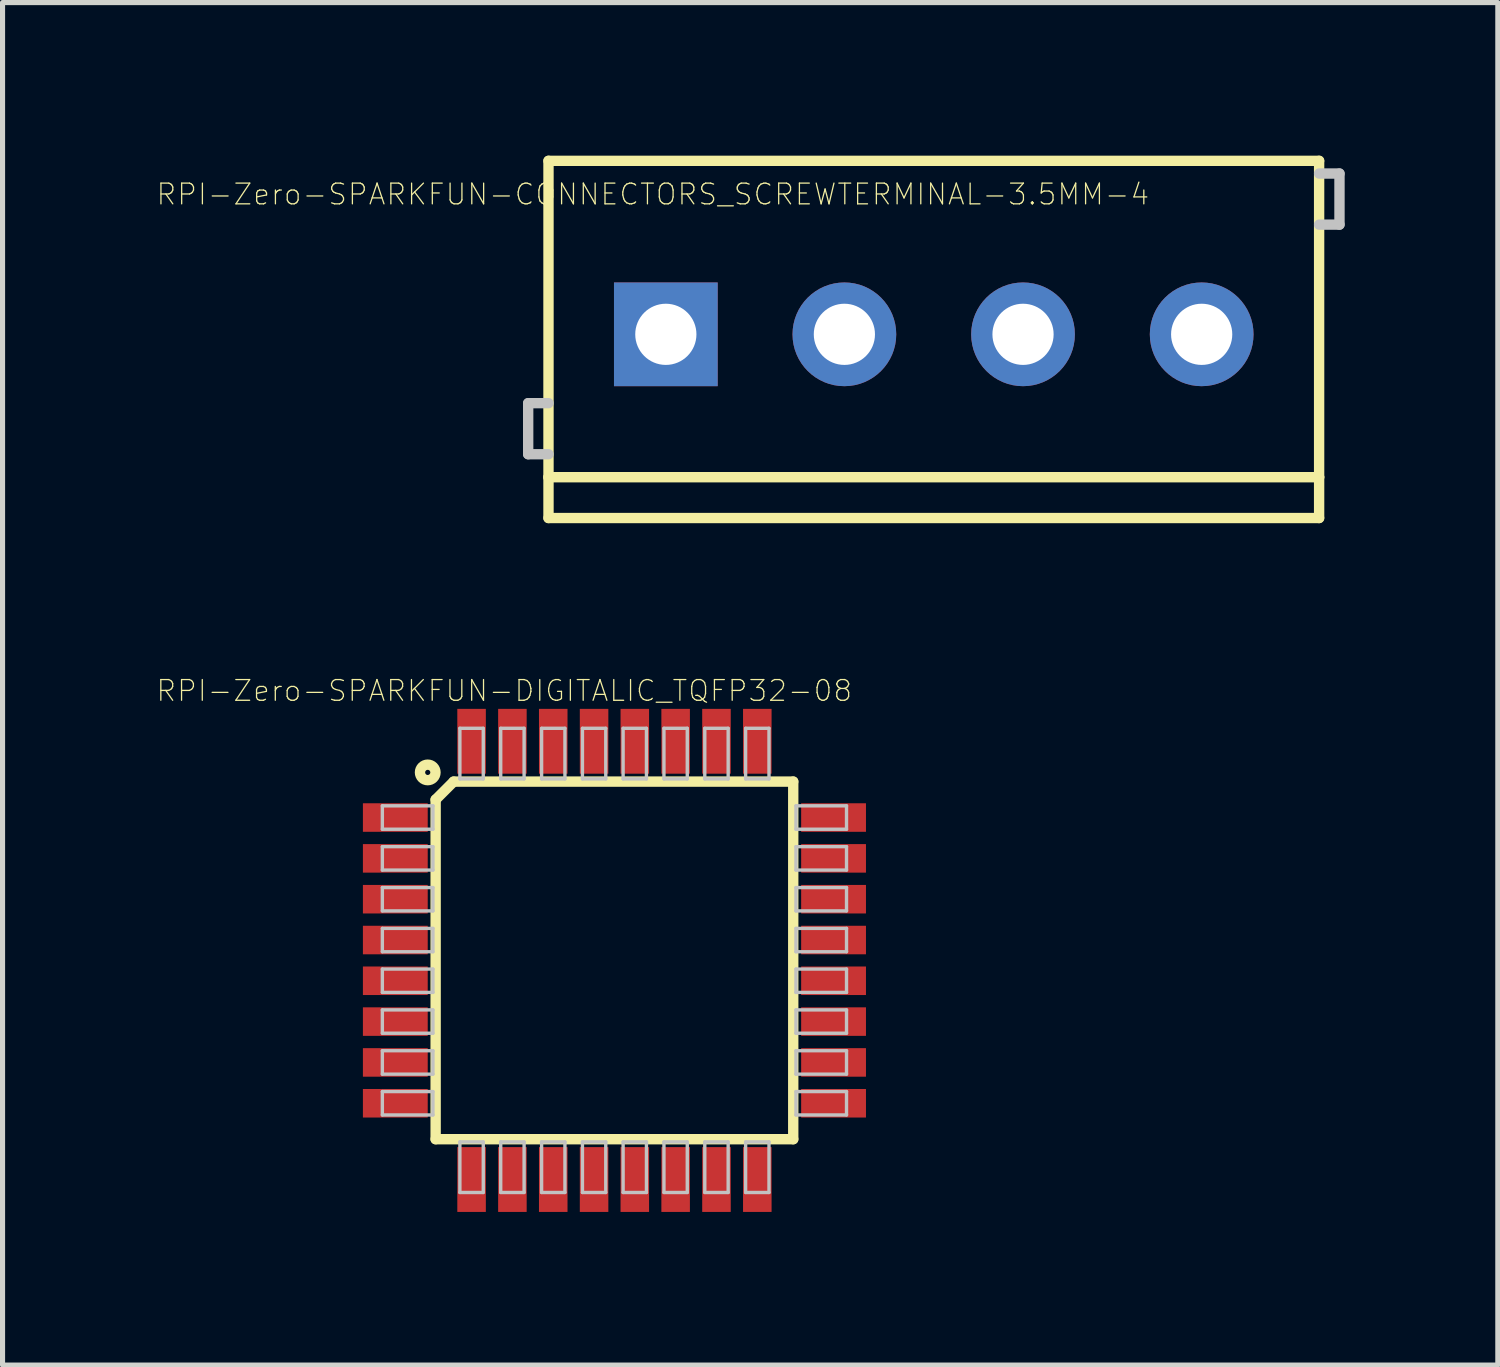
<source format=kicad_pcb>
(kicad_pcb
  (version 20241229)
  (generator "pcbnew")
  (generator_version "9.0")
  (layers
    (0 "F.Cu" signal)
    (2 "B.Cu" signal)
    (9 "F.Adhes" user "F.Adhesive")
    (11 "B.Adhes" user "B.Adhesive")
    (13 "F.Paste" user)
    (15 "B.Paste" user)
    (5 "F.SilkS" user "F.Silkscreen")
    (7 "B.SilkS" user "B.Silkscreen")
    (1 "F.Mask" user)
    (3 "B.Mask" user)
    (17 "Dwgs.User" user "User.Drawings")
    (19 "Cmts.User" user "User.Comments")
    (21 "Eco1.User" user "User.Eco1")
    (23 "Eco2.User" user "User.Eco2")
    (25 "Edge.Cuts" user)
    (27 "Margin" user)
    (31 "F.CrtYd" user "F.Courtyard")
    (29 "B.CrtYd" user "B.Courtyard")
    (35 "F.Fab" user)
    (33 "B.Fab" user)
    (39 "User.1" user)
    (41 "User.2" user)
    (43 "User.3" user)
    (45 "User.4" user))
  (footprint "RPI-Zero-SPARKFUN-CONNECTORS_SCREWTERMINAL-3.5MM-4"
    (layer "F.Cu")
    (at 9.995 3.5)
    (property "Reference" "RPI-Zero-SPARKFUN-CONNECTORS_SCREWTERMINAL-3.5MM-4" (at -0.254 -2.743 0) (layer "F.SilkS") (effects (font (size 0.406 0.406) (thickness 0.025))))
    (attr exclude_from_pos_files exclude_from_bom)
    (fp_line (start -2.299 -3.399) (end 12.799 -3.399) (stroke (width 0.203) (type solid)) (layer "F.SilkS"))
    (fp_line (start -2.299 2.799) (end -2.299 -3.399) (stroke (width 0.203) (type solid)) (layer "F.SilkS"))
    (fp_line (start -2.299 3.599) (end -2.299 2.799) (stroke (width 0.203) (type solid)) (layer "F.SilkS"))
    (fp_line (start 12.799 -3.399) (end 12.799 2.799) (stroke (width 0.203) (type solid)) (layer "F.SilkS"))
    (fp_line (start 12.799 2.799) (end -2.299 2.799) (stroke (width 0.203) (type solid)) (layer "F.SilkS"))
    (fp_line (start 12.799 2.799) (end 12.799 3.599) (stroke (width 0.203) (type solid)) (layer "F.SilkS"))
    (fp_line (start 12.799 3.599) (end -2.299 3.599) (stroke (width 0.203) (type solid)) (layer "F.SilkS"))
    (fp_line (start -2.697 1.349) (end -2.697 2.349) (stroke (width 0.203) (type solid)) (layer "Dwgs.User"))
    (fp_line (start -2.697 2.349) (end -2.299 2.349) (stroke (width 0.203) (type solid)) (layer "Dwgs.User"))
    (fp_line (start -2.299 1.349) (end -2.697 1.349) (stroke (width 0.203) (type solid)) (layer "Dwgs.User"))
    (fp_line (start 12.799 -3.15) (end 13.198 -3.15) (stroke (width 0.203) (type solid)) (layer "Dwgs.User"))
    (fp_line (start 13.198 -3.15) (end 13.198 -2.149) (stroke (width 0.203) (type solid)) (layer "Dwgs.User"))
    (fp_line (start 13.198 -2.149) (end 12.799 -2.149) (stroke (width 0.203) (type solid)) (layer "Dwgs.User"))
    (fp_circle (center 0 0) (end 0 -0.424) (stroke (width 0) (type solid)) (fill yes) (layer "Dwgs.User"))
    (fp_circle (center 3.498 0) (end 3.498 -0.424) (stroke (width 0) (type solid)) (fill yes) (layer "Dwgs.User"))
    (fp_circle (center 6.998 0) (end 6.998 -0.424) (stroke (width 0) (type solid)) (fill yes) (layer "Dwgs.User"))
    (fp_circle (center 10.498 0) (end 10.498 -0.424) (stroke (width 0) (type solid)) (fill yes) (layer "Dwgs.User"))
    (pad "1" thru_hole rect (at 0 0) (size 2.032 2.032) (drill 1.199) (layers "*.Cu" "*.Paste" "*.Mask"))
    (pad "2" thru_hole circle (at 3.498 0) (size 2.032 2.032) (drill 1.199) (layers "*.Cu" "*.Paste" "*.Mask"))
    (pad "3" thru_hole circle (at 6.998 0) (size 2.032 2.032) (drill 1.199) (layers "*.Cu" "*.Paste" "*.Mask"))
    (pad "4" thru_hole circle (at 10.498 0) (size 2.032 2.032) (drill 1.199) (layers "*.Cu" "*.Paste" "*.Mask")))
  (footprint "RPI-Zero-SPARKFUN-DIGITALIC_TQFP32-08"
    (layer "F.Cu")
    (at 8.988 15.766)
    (property "Reference" "RPI-Zero-SPARKFUN-DIGITALIC_TQFP32-08" (at -2.159 -5.283 0) (layer "F.SilkS") (effects (font (size 0.406 0.406) (thickness 0.025))))
    (attr smd)
    (fp_line (start -3.503 3.503) (end -3.503 -3.15) (stroke (width 0.203) (type solid)) (layer "F.SilkS"))
    (fp_line (start -3.15 -3.503) (end -3.503 -3.15) (stroke (width 0.203) (type solid)) (layer "F.SilkS"))
    (fp_line (start -3.15 -3.503) (end 3.503 -3.503) (stroke (width 0.203) (type solid)) (layer "F.SilkS"))
    (fp_line (start 3.503 -3.503) (end 3.503 3.503) (stroke (width 0.203) (type solid)) (layer "F.SilkS"))
    (fp_line (start 3.503 3.503) (end -3.503 3.503) (stroke (width 0.203) (type solid)) (layer "F.SilkS"))
    (fp_circle (center -3.658 -3.683) (end -3.658 -3.835) (stroke (width 0.203) (type solid)) (fill no) (layer "F.SilkS"))
    (fp_line (start -4.547 -3.028) (end -3.556 -3.028) (stroke (width 0.066) (type solid)) (layer "Dwgs.User"))
    (fp_line (start -4.547 -2.57) (end -4.547 -3.028) (stroke (width 0.066) (type solid)) (layer "Dwgs.User"))
    (fp_line (start -4.547 -2.57) (end -3.556 -2.57) (stroke (width 0.066) (type solid)) (layer "Dwgs.User"))
    (fp_line (start -4.547 -2.228) (end -3.556 -2.228) (stroke (width 0.066) (type solid)) (layer "Dwgs.User"))
    (fp_line (start -4.547 -1.77) (end -4.547 -2.228) (stroke (width 0.066) (type solid)) (layer "Dwgs.User"))
    (fp_line (start -4.547 -1.77) (end -3.556 -1.77) (stroke (width 0.066) (type solid)) (layer "Dwgs.User"))
    (fp_line (start -4.547 -1.427) (end -3.556 -1.427) (stroke (width 0.066) (type solid)) (layer "Dwgs.User"))
    (fp_line (start -4.547 -0.97) (end -4.547 -1.427) (stroke (width 0.066) (type solid)) (layer "Dwgs.User"))
    (fp_line (start -4.547 -0.97) (end -3.556 -0.97) (stroke (width 0.066) (type solid)) (layer "Dwgs.User"))
    (fp_line (start -4.547 -0.627) (end -3.556 -0.627) (stroke (width 0.066) (type solid)) (layer "Dwgs.User"))
    (fp_line (start -4.547 -0.17) (end -4.547 -0.627) (stroke (width 0.066) (type solid)) (layer "Dwgs.User"))
    (fp_line (start -4.547 -0.17) (end -3.556 -0.17) (stroke (width 0.066) (type solid)) (layer "Dwgs.User"))
    (fp_line (start -4.547 0.17) (end -3.556 0.17) (stroke (width 0.066) (type solid)) (layer "Dwgs.User"))
    (fp_line (start -4.547 0.627) (end -4.547 0.17) (stroke (width 0.066) (type solid)) (layer "Dwgs.User"))
    (fp_line (start -4.547 0.627) (end -3.556 0.627) (stroke (width 0.066) (type solid)) (layer "Dwgs.User"))
    (fp_line (start -4.547 0.97) (end -3.556 0.97) (stroke (width 0.066) (type solid)) (layer "Dwgs.User"))
    (fp_line (start -4.547 1.427) (end -4.547 0.97) (stroke (width 0.066) (type solid)) (layer "Dwgs.User"))
    (fp_line (start -4.547 1.427) (end -3.556 1.427) (stroke (width 0.066) (type solid)) (layer "Dwgs.User"))
    (fp_line (start -4.547 1.77) (end -3.556 1.77) (stroke (width 0.066) (type solid)) (layer "Dwgs.User"))
    (fp_line (start -4.547 2.228) (end -4.547 1.77) (stroke (width 0.066) (type solid)) (layer "Dwgs.User"))
    (fp_line (start -4.547 2.228) (end -3.556 2.228) (stroke (width 0.066) (type solid)) (layer "Dwgs.User"))
    (fp_line (start -4.547 2.57) (end -3.556 2.57) (stroke (width 0.066) (type solid)) (layer "Dwgs.User"))
    (fp_line (start -4.547 3.028) (end -4.547 2.57) (stroke (width 0.066) (type solid)) (layer "Dwgs.User"))
    (fp_line (start -4.547 3.028) (end -3.556 3.028) (stroke (width 0.066) (type solid)) (layer "Dwgs.User"))
    (fp_line (start -3.556 -2.57) (end -3.556 -3.028) (stroke (width 0.066) (type solid)) (layer "Dwgs.User"))
    (fp_line (start -3.556 -1.77) (end -3.556 -2.228) (stroke (width 0.066) (type solid)) (layer "Dwgs.User"))
    (fp_line (start -3.556 -0.97) (end -3.556 -1.427) (stroke (width 0.066) (type solid)) (layer "Dwgs.User"))
    (fp_line (start -3.556 -0.17) (end -3.556 -0.627) (stroke (width 0.066) (type solid)) (layer "Dwgs.User"))
    (fp_line (start -3.556 0.627) (end -3.556 0.17) (stroke (width 0.066) (type solid)) (layer "Dwgs.User"))
    (fp_line (start -3.556 1.427) (end -3.556 0.97) (stroke (width 0.066) (type solid)) (layer "Dwgs.User"))
    (fp_line (start -3.556 2.228) (end -3.556 1.77) (stroke (width 0.066) (type solid)) (layer "Dwgs.User"))
    (fp_line (start -3.556 3.028) (end -3.556 2.57) (stroke (width 0.066) (type solid)) (layer "Dwgs.User"))
    (fp_line (start -3.028 -4.547) (end -2.57 -4.547) (stroke (width 0.066) (type solid)) (layer "Dwgs.User"))
    (fp_line (start -3.028 -3.556) (end -3.028 -4.547) (stroke (width 0.066) (type solid)) (layer "Dwgs.User"))
    (fp_line (start -3.028 -3.556) (end -2.57 -3.556) (stroke (width 0.066) (type solid)) (layer "Dwgs.User"))
    (fp_line (start -3.028 3.556) (end -2.57 3.556) (stroke (width 0.066) (type solid)) (layer "Dwgs.User"))
    (fp_line (start -3.028 4.547) (end -3.028 3.556) (stroke (width 0.066) (type solid)) (layer "Dwgs.User"))
    (fp_line (start -3.028 4.547) (end -2.57 4.547) (stroke (width 0.066) (type solid)) (layer "Dwgs.User"))
    (fp_line (start -2.57 -3.556) (end -2.57 -4.547) (stroke (width 0.066) (type solid)) (layer "Dwgs.User"))
    (fp_line (start -2.57 4.547) (end -2.57 3.556) (stroke (width 0.066) (type solid)) (layer "Dwgs.User"))
    (fp_line (start -2.228 -4.547) (end -1.77 -4.547) (stroke (width 0.066) (type solid)) (layer "Dwgs.User"))
    (fp_line (start -2.228 -3.556) (end -2.228 -4.547) (stroke (width 0.066) (type solid)) (layer "Dwgs.User"))
    (fp_line (start -2.228 -3.556) (end -1.77 -3.556) (stroke (width 0.066) (type solid)) (layer "Dwgs.User"))
    (fp_line (start -2.228 3.556) (end -1.77 3.556) (stroke (width 0.066) (type solid)) (layer "Dwgs.User"))
    (fp_line (start -2.228 4.547) (end -2.228 3.556) (stroke (width 0.066) (type solid)) (layer "Dwgs.User"))
    (fp_line (start -2.228 4.547) (end -1.77 4.547) (stroke (width 0.066) (type solid)) (layer "Dwgs.User"))
    (fp_line (start -1.77 -3.556) (end -1.77 -4.547) (stroke (width 0.066) (type solid)) (layer "Dwgs.User"))
    (fp_line (start -1.77 4.547) (end -1.77 3.556) (stroke (width 0.066) (type solid)) (layer "Dwgs.User"))
    (fp_line (start -1.427 -4.547) (end -0.97 -4.547) (stroke (width 0.066) (type solid)) (layer "Dwgs.User"))
    (fp_line (start -1.427 -3.556) (end -1.427 -4.547) (stroke (width 0.066) (type solid)) (layer "Dwgs.User"))
    (fp_line (start -1.427 -3.556) (end -0.97 -3.556) (stroke (width 0.066) (type solid)) (layer "Dwgs.User"))
    (fp_line (start -1.427 3.556) (end -0.97 3.556) (stroke (width 0.066) (type solid)) (layer "Dwgs.User"))
    (fp_line (start -1.427 4.547) (end -1.427 3.556) (stroke (width 0.066) (type solid)) (layer "Dwgs.User"))
    (fp_line (start -1.427 4.547) (end -0.97 4.547) (stroke (width 0.066) (type solid)) (layer "Dwgs.User"))
    (fp_line (start -0.97 -3.556) (end -0.97 -4.547) (stroke (width 0.066) (type solid)) (layer "Dwgs.User"))
    (fp_line (start -0.97 4.547) (end -0.97 3.556) (stroke (width 0.066) (type solid)) (layer "Dwgs.User"))
    (fp_line (start -0.627 -4.547) (end -0.17 -4.547) (stroke (width 0.066) (type solid)) (layer "Dwgs.User"))
    (fp_line (start -0.627 -3.556) (end -0.627 -4.547) (stroke (width 0.066) (type solid)) (layer "Dwgs.User"))
    (fp_line (start -0.627 -3.556) (end -0.17 -3.556) (stroke (width 0.066) (type solid)) (layer "Dwgs.User"))
    (fp_line (start -0.627 3.556) (end -0.17 3.556) (stroke (width 0.066) (type solid)) (layer "Dwgs.User"))
    (fp_line (start -0.627 4.547) (end -0.627 3.556) (stroke (width 0.066) (type solid)) (layer "Dwgs.User"))
    (fp_line (start -0.627 4.547) (end -0.17 4.547) (stroke (width 0.066) (type solid)) (layer "Dwgs.User"))
    (fp_line (start -0.17 -3.556) (end -0.17 -4.547) (stroke (width 0.066) (type solid)) (layer "Dwgs.User"))
    (fp_line (start -0.17 4.547) (end -0.17 3.556) (stroke (width 0.066) (type solid)) (layer "Dwgs.User"))
    (fp_line (start 0.17 -4.547) (end 0.627 -4.547) (stroke (width 0.066) (type solid)) (layer "Dwgs.User"))
    (fp_line (start 0.17 -3.556) (end 0.17 -4.547) (stroke (width 0.066) (type solid)) (layer "Dwgs.User"))
    (fp_line (start 0.17 -3.556) (end 0.627 -3.556) (stroke (width 0.066) (type solid)) (layer "Dwgs.User"))
    (fp_line (start 0.17 3.556) (end 0.627 3.556) (stroke (width 0.066) (type solid)) (layer "Dwgs.User"))
    (fp_line (start 0.17 4.547) (end 0.17 3.556) (stroke (width 0.066) (type solid)) (layer "Dwgs.User"))
    (fp_line (start 0.17 4.547) (end 0.627 4.547) (stroke (width 0.066) (type solid)) (layer "Dwgs.User"))
    (fp_line (start 0.627 -3.556) (end 0.627 -4.547) (stroke (width 0.066) (type solid)) (layer "Dwgs.User"))
    (fp_line (start 0.627 4.547) (end 0.627 3.556) (stroke (width 0.066) (type solid)) (layer "Dwgs.User"))
    (fp_line (start 0.97 -4.547) (end 1.427 -4.547) (stroke (width 0.066) (type solid)) (layer "Dwgs.User"))
    (fp_line (start 0.97 -3.556) (end 0.97 -4.547) (stroke (width 0.066) (type solid)) (layer "Dwgs.User"))
    (fp_line (start 0.97 -3.556) (end 1.427 -3.556) (stroke (width 0.066) (type solid)) (layer "Dwgs.User"))
    (fp_line (start 0.97 3.556) (end 1.427 3.556) (stroke (width 0.066) (type solid)) (layer "Dwgs.User"))
    (fp_line (start 0.97 4.547) (end 0.97 3.556) (stroke (width 0.066) (type solid)) (layer "Dwgs.User"))
    (fp_line (start 0.97 4.547) (end 1.427 4.547) (stroke (width 0.066) (type solid)) (layer "Dwgs.User"))
    (fp_line (start 1.427 -3.556) (end 1.427 -4.547) (stroke (width 0.066) (type solid)) (layer "Dwgs.User"))
    (fp_line (start 1.427 4.547) (end 1.427 3.556) (stroke (width 0.066) (type solid)) (layer "Dwgs.User"))
    (fp_line (start 1.77 -4.547) (end 2.228 -4.547) (stroke (width 0.066) (type solid)) (layer "Dwgs.User"))
    (fp_line (start 1.77 -3.556) (end 1.77 -4.547) (stroke (width 0.066) (type solid)) (layer "Dwgs.User"))
    (fp_line (start 1.77 -3.556) (end 2.228 -3.556) (stroke (width 0.066) (type solid)) (layer "Dwgs.User"))
    (fp_line (start 1.77 3.556) (end 2.228 3.556) (stroke (width 0.066) (type solid)) (layer "Dwgs.User"))
    (fp_line (start 1.77 4.547) (end 1.77 3.556) (stroke (width 0.066) (type solid)) (layer "Dwgs.User"))
    (fp_line (start 1.77 4.547) (end 2.228 4.547) (stroke (width 0.066) (type solid)) (layer "Dwgs.User"))
    (fp_line (start 2.228 -3.556) (end 2.228 -4.547) (stroke (width 0.066) (type solid)) (layer "Dwgs.User"))
    (fp_line (start 2.228 4.547) (end 2.228 3.556) (stroke (width 0.066) (type solid)) (layer "Dwgs.User"))
    (fp_line (start 2.57 -4.547) (end 3.028 -4.547) (stroke (width 0.066) (type solid)) (layer "Dwgs.User"))
    (fp_line (start 2.57 -3.556) (end 2.57 -4.547) (stroke (width 0.066) (type solid)) (layer "Dwgs.User"))
    (fp_line (start 2.57 -3.556) (end 3.028 -3.556) (stroke (width 0.066) (type solid)) (layer "Dwgs.User"))
    (fp_line (start 2.57 3.556) (end 3.028 3.556) (stroke (width 0.066) (type solid)) (layer "Dwgs.User"))
    (fp_line (start 2.57 4.547) (end 2.57 3.556) (stroke (width 0.066) (type solid)) (layer "Dwgs.User"))
    (fp_line (start 2.57 4.547) (end 3.028 4.547) (stroke (width 0.066) (type solid)) (layer "Dwgs.User"))
    (fp_line (start 3.028 -3.556) (end 3.028 -4.547) (stroke (width 0.066) (type solid)) (layer "Dwgs.User"))
    (fp_line (start 3.028 4.547) (end 3.028 3.556) (stroke (width 0.066) (type solid)) (layer "Dwgs.User"))
    (fp_line (start 3.556 -3.028) (end 4.547 -3.028) (stroke (width 0.066) (type solid)) (layer "Dwgs.User"))
    (fp_line (start 3.556 -2.57) (end 3.556 -3.028) (stroke (width 0.066) (type solid)) (layer "Dwgs.User"))
    (fp_line (start 3.556 -2.57) (end 4.547 -2.57) (stroke (width 0.066) (type solid)) (layer "Dwgs.User"))
    (fp_line (start 3.556 -2.228) (end 4.547 -2.228) (stroke (width 0.066) (type solid)) (layer "Dwgs.User"))
    (fp_line (start 3.556 -1.77) (end 3.556 -2.228) (stroke (width 0.066) (type solid)) (layer "Dwgs.User"))
    (fp_line (start 3.556 -1.77) (end 4.547 -1.77) (stroke (width 0.066) (type solid)) (layer "Dwgs.User"))
    (fp_line (start 3.556 -1.427) (end 4.547 -1.427) (stroke (width 0.066) (type solid)) (layer "Dwgs.User"))
    (fp_line (start 3.556 -0.97) (end 3.556 -1.427) (stroke (width 0.066) (type solid)) (layer "Dwgs.User"))
    (fp_line (start 3.556 -0.97) (end 4.547 -0.97) (stroke (width 0.066) (type solid)) (layer "Dwgs.User"))
    (fp_line (start 3.556 -0.627) (end 4.547 -0.627) (stroke (width 0.066) (type solid)) (layer "Dwgs.User"))
    (fp_line (start 3.556 -0.17) (end 3.556 -0.627) (stroke (width 0.066) (type solid)) (layer "Dwgs.User"))
    (fp_line (start 3.556 -0.17) (end 4.547 -0.17) (stroke (width 0.066) (type solid)) (layer "Dwgs.User"))
    (fp_line (start 3.556 0.17) (end 4.547 0.17) (stroke (width 0.066) (type solid)) (layer "Dwgs.User"))
    (fp_line (start 3.556 0.627) (end 3.556 0.17) (stroke (width 0.066) (type solid)) (layer "Dwgs.User"))
    (fp_line (start 3.556 0.627) (end 4.547 0.627) (stroke (width 0.066) (type solid)) (layer "Dwgs.User"))
    (fp_line (start 3.556 0.97) (end 4.547 0.97) (stroke (width 0.066) (type solid)) (layer "Dwgs.User"))
    (fp_line (start 3.556 1.427) (end 3.556 0.97) (stroke (width 0.066) (type solid)) (layer "Dwgs.User"))
    (fp_line (start 3.556 1.427) (end 4.547 1.427) (stroke (width 0.066) (type solid)) (layer "Dwgs.User"))
    (fp_line (start 3.556 1.77) (end 4.547 1.77) (stroke (width 0.066) (type solid)) (layer "Dwgs.User"))
    (fp_line (start 3.556 2.228) (end 3.556 1.77) (stroke (width 0.066) (type solid)) (layer "Dwgs.User"))
    (fp_line (start 3.556 2.228) (end 4.547 2.228) (stroke (width 0.066) (type solid)) (layer "Dwgs.User"))
    (fp_line (start 3.556 2.57) (end 4.547 2.57) (stroke (width 0.066) (type solid)) (layer "Dwgs.User"))
    (fp_line (start 3.556 3.028) (end 3.556 2.57) (stroke (width 0.066) (type solid)) (layer "Dwgs.User"))
    (fp_line (start 3.556 3.028) (end 4.547 3.028) (stroke (width 0.066) (type solid)) (layer "Dwgs.User"))
    (fp_line (start 4.547 -2.57) (end 4.547 -3.028) (stroke (width 0.066) (type solid)) (layer "Dwgs.User"))
    (fp_line (start 4.547 -1.77) (end 4.547 -2.228) (stroke (width 0.066) (type solid)) (layer "Dwgs.User"))
    (fp_line (start 4.547 -0.97) (end 4.547 -1.427) (stroke (width 0.066) (type solid)) (layer "Dwgs.User"))
    (fp_line (start 4.547 -0.17) (end 4.547 -0.627) (stroke (width 0.066) (type solid)) (layer "Dwgs.User"))
    (fp_line (start 4.547 0.627) (end 4.547 0.17) (stroke (width 0.066) (type solid)) (layer "Dwgs.User"))
    (fp_line (start 4.547 1.427) (end 4.547 0.97) (stroke (width 0.066) (type solid)) (layer "Dwgs.User"))
    (fp_line (start 4.547 2.228) (end 4.547 1.77) (stroke (width 0.066) (type solid)) (layer "Dwgs.User"))
    (fp_line (start 4.547 3.028) (end 4.547 2.57) (stroke (width 0.066) (type solid)) (layer "Dwgs.User"))
    (pad "1" smd rect (at -4.293 -2.799) (size 1.27 0.559) (layers "F.Cu" "F.Mask" "F.Paste"))
    (pad "2" smd rect (at -4.293 -1.999) (size 1.27 0.559) (layers "F.Cu" "F.Mask" "F.Paste"))
    (pad "3" smd rect (at -4.293 -1.199) (size 1.27 0.559) (layers "F.Cu" "F.Mask" "F.Paste"))
    (pad "4" smd rect (at -4.293 -0.399) (size 1.27 0.559) (layers "F.Cu" "F.Mask" "F.Paste"))
    (pad "5" smd rect (at -4.293 0.399) (size 1.27 0.559) (layers "F.Cu" "F.Mask" "F.Paste"))
    (pad "6" smd rect (at -4.293 1.199) (size 1.27 0.559) (layers "F.Cu" "F.Mask" "F.Paste"))
    (pad "7" smd rect (at -4.293 1.999) (size 1.27 0.559) (layers "F.Cu" "F.Mask" "F.Paste"))
    (pad "8" smd rect (at -4.293 2.799) (size 1.27 0.559) (layers "F.Cu" "F.Mask" "F.Paste"))
    (pad "9" smd rect (at -2.799 4.293) (size 0.559 1.27) (layers "F.Cu" "F.Mask" "F.Paste"))
    (pad "10" smd rect (at -1.999 4.293) (size 0.559 1.27) (layers "F.Cu" "F.Mask" "F.Paste"))
    (pad "11" smd rect (at -1.199 4.293) (size 0.559 1.27) (layers "F.Cu" "F.Mask" "F.Paste"))
    (pad "12" smd rect (at -0.399 4.293) (size 0.559 1.27) (layers "F.Cu" "F.Mask" "F.Paste"))
    (pad "13" smd rect (at 0.399 4.293) (size 0.559 1.27) (layers "F.Cu" "F.Mask" "F.Paste"))
    (pad "14" smd rect (at 1.199 4.293) (size 0.559 1.27) (layers "F.Cu" "F.Mask" "F.Paste"))
    (pad "15" smd rect (at 1.999 4.293) (size 0.559 1.27) (layers "F.Cu" "F.Mask" "F.Paste"))
    (pad "16" smd rect (at 2.799 4.293) (size 0.559 1.27) (layers "F.Cu" "F.Mask" "F.Paste"))
    (pad "17" smd rect (at 4.293 2.799) (size 1.27 0.559) (layers "F.Cu" "F.Mask" "F.Paste"))
    (pad "18" smd rect (at 4.293 1.999) (size 1.27 0.559) (layers "F.Cu" "F.Mask" "F.Paste"))
    (pad "19" smd rect (at 4.293 1.199) (size 1.27 0.559) (layers "F.Cu" "F.Mask" "F.Paste"))
    (pad "20" smd rect (at 4.293 0.399) (size 1.27 0.559) (layers "F.Cu" "F.Mask" "F.Paste"))
    (pad "21" smd rect (at 4.293 -0.399) (size 1.27 0.559) (layers "F.Cu" "F.Mask" "F.Paste"))
    (pad "22" smd rect (at 4.293 -1.199) (size 1.27 0.559) (layers "F.Cu" "F.Mask" "F.Paste"))
    (pad "23" smd rect (at 4.293 -1.999) (size 1.27 0.559) (layers "F.Cu" "F.Mask" "F.Paste"))
    (pad "24" smd rect (at 4.293 -2.799) (size 1.27 0.559) (layers "F.Cu" "F.Mask" "F.Paste"))
    (pad "25" smd rect (at 2.799 -4.293) (size 0.559 1.27) (layers "F.Cu" "F.Mask" "F.Paste"))
    (pad "26" smd rect (at 1.999 -4.293) (size 0.559 1.27) (layers "F.Cu" "F.Mask" "F.Paste"))
    (pad "27" smd rect (at 1.199 -4.293) (size 0.559 1.27) (layers "F.Cu" "F.Mask" "F.Paste"))
    (pad "28" smd rect (at 0.399 -4.293) (size 0.559 1.27) (layers "F.Cu" "F.Mask" "F.Paste"))
    (pad "29" smd rect (at -0.399 -4.293) (size 0.559 1.27) (layers "F.Cu" "F.Mask" "F.Paste"))
    (pad "30" smd rect (at -1.199 -4.293) (size 0.559 1.27) (layers "F.Cu" "F.Mask" "F.Paste"))
    (pad "31" smd rect (at -1.999 -4.293) (size 0.559 1.27) (layers "F.Cu" "F.Mask" "F.Paste"))
    (pad "32" smd rect (at -2.799 -4.293) (size 0.559 1.27) (layers "F.Cu" "F.Mask" "F.Paste")))
  (gr_rect
    (start -3 -3)
    (end 26.295 23.694)
    (stroke (width 0.1) (type default))
    (fill no)
    (layer "Edge.Cuts")))
</source>
